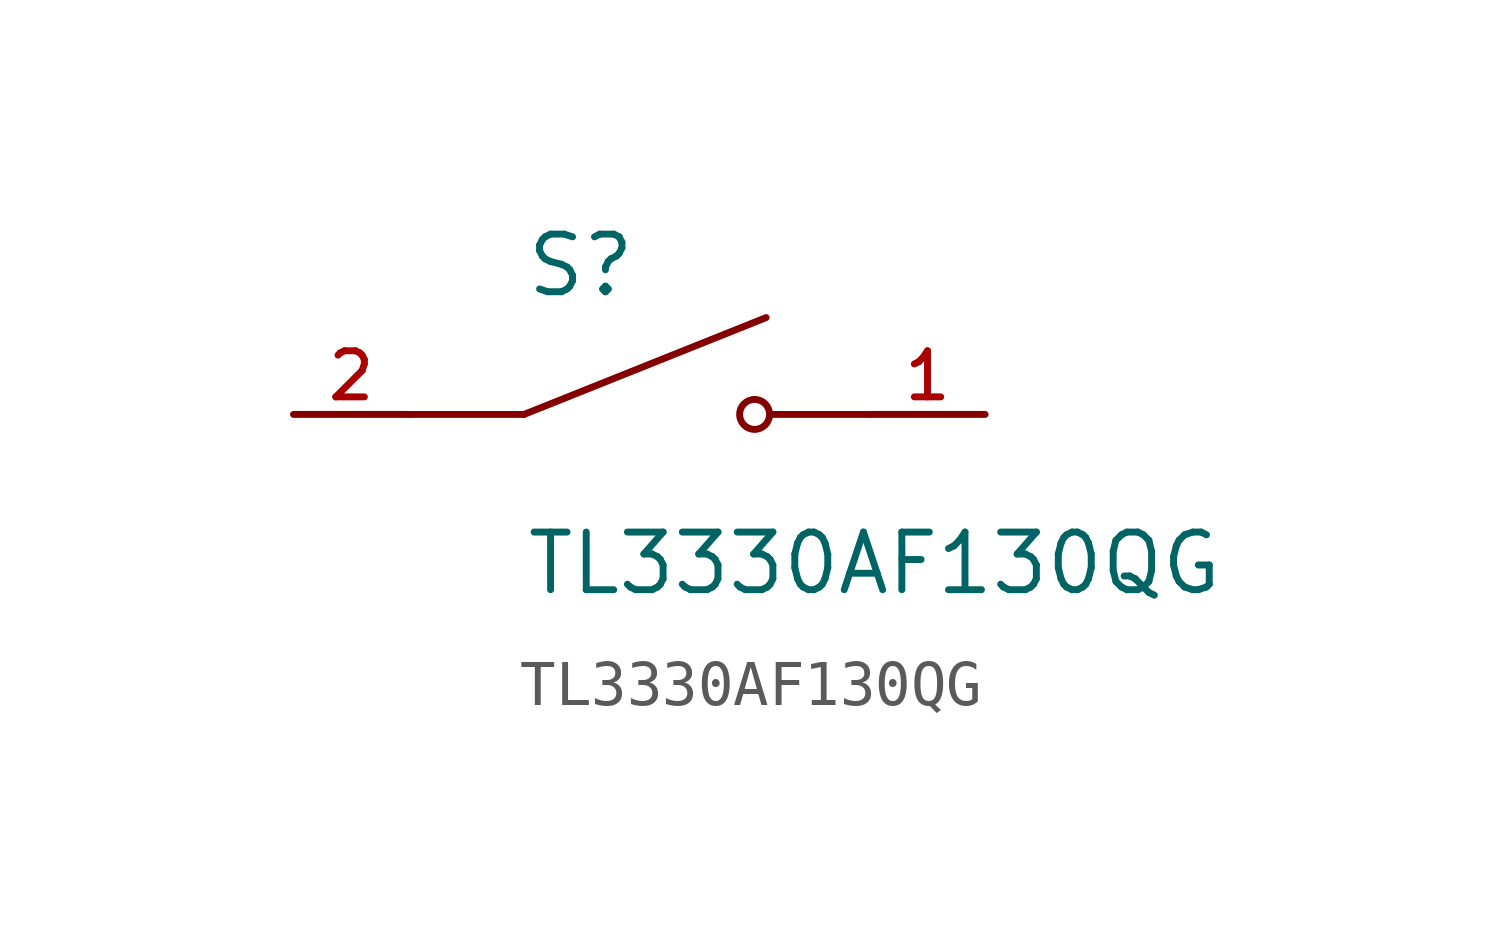
<source format=kicad_sym>
(kicad_symbol_lib
  (version 20211014)
  (generator kicad_symbol_editor)
  (symbol "TL3330AF130QG"
    (pin_names
      (offset 1.016))
    (property "Reference" "S"
      (at -2.54 2.54 0)
      (effects (font (size 1.27 1.27)) (justify bottom left)))
    (property "Value" "TL3330AF130QG"
      (at -2.54 -2.54 0)
      (effects (font (size 1.27 1.27)) (justify top left)))
    (symbol "TL3330AF130QG_0_0"
      (polyline (pts (xy -2.54 0.0) (xy 2.794 2.134)) (stroke (width 0.152)))
      (circle (center 2.54 0.0) (radius 0.33) (stroke (width 0.152)) (fill (type none)))
      (polyline (pts (xy 5.08 0.0) (xy 2.921 0.0)) (stroke (width 0.152)))
      (polyline (pts (xy -2.54 0.0) (xy -5.08 0.0)) (stroke (width 0.152)))
      (pin passive line (at 7.62 0.0 180.0) (length 2.54) (name "~" (effects (font (size 1.016 1.016)))) (number "1" (effects (font (size 1.016 1.016)))))
      (pin passive line (at -7.62 0.0 0) (length 2.54) (name "~" (effects (font (size 1.016 1.016)))) (number "2" (effects (font (size 1.016 1.016))))))))
</source>
